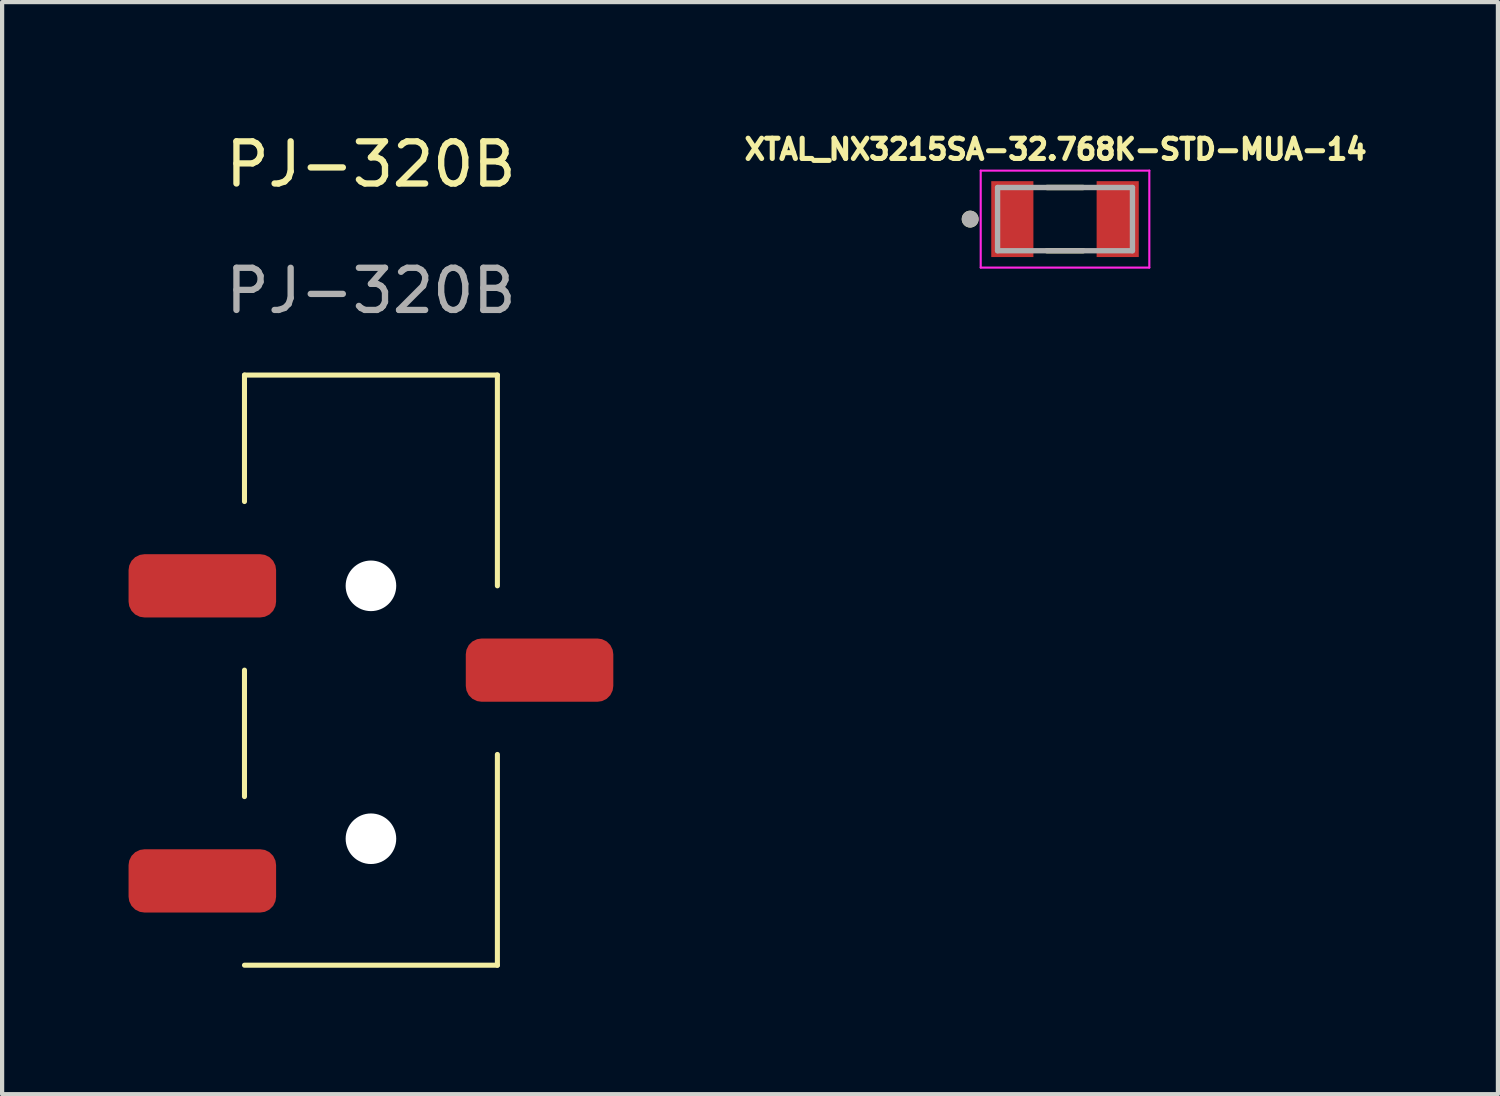
<source format=kicad_pcb>
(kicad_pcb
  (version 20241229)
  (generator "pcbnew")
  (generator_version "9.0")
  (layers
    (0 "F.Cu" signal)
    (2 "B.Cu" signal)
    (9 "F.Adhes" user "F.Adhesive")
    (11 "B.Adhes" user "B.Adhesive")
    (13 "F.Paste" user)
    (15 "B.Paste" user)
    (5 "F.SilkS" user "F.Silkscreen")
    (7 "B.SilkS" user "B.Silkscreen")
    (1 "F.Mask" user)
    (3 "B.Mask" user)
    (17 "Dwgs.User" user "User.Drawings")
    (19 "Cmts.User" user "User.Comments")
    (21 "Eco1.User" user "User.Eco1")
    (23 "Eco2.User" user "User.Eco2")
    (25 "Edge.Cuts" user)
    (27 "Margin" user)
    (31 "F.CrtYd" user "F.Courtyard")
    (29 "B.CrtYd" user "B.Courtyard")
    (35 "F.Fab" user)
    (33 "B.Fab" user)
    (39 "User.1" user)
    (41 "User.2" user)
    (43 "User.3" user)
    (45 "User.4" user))
  (footprint "XTAL_NX3215SA-32.768K-STD-MUA-14"
    (layer "F.Cu")
    (at 22.216 2.148)
    (property "Reference" "XTAL_NX3215SA-32.768K-STD-MUA-14" (at -0.223 -1.655 0) (layer "F.SilkS") (effects (font (size 0.481 0.481) (thickness 0.15))))
    (attr through_hole)
    (fp_line (start 0.43 -0.75) (end -0.43 -0.75) (stroke (width 0.127) (type solid)) (layer "F.SilkS"))
    (fp_line (start 0.43 0.75) (end -0.43 0.75) (stroke (width 0.127) (type solid)) (layer "F.SilkS"))
    (fp_circle (center -2.25 0) (end -2.15 0) (stroke (width 0.2) (type solid)) (fill no) (layer "F.SilkS"))
    (fp_line (start -2 -1.15) (end 2 -1.15) (stroke (width 0.05) (type solid)) (layer "F.CrtYd"))
    (fp_line (start -2 1.15) (end -2 -1.15) (stroke (width 0.05) (type solid)) (layer "F.CrtYd"))
    (fp_line (start 2 -1.15) (end 2 1.15) (stroke (width 0.05) (type solid)) (layer "F.CrtYd"))
    (fp_line (start 2 1.15) (end -2 1.15) (stroke (width 0.05) (type solid)) (layer "F.CrtYd"))
    (fp_line (start -1.6 -0.75) (end 1.6 -0.75) (stroke (width 0.127) (type solid)) (layer "F.Fab"))
    (fp_line (start -1.6 0.75) (end -1.6 -0.75) (stroke (width 0.127) (type solid)) (layer "F.Fab"))
    (fp_line (start 1.6 -0.75) (end 1.6 0.75) (stroke (width 0.127) (type solid)) (layer "F.Fab"))
    (fp_line (start 1.6 0.75) (end -1.6 0.75) (stroke (width 0.127) (type solid)) (layer "F.Fab"))
    (fp_circle (center -2.25 0) (end -2.15 0) (stroke (width 0.2) (type solid)) (fill no) (layer "F.Fab"))
    (pad "1" smd rect (at -1.25 0 180) (size 1 1.8) (layers "F.Cu" "F.Mask" "F.Paste"))
    (pad "2" smd rect (at 1.25 0 180) (size 1 1.8) (layers "F.Cu" "F.Mask" "F.Paste")))
  (footprint "PJ-320B"
    (layer "F.Cu")
    (at 5.75 10.848)
    (property "Reference" "PJ-320B" (at 0 -10 0) (unlocked yes) (layer "F.SilkS") (effects (font (size 1 1) (thickness 0.15))))
    (attr smd)
    (fp_line (start -3 -5) (end -3 -2) (stroke (width 0.12) (type solid)) (layer "F.SilkS"))
    (fp_line (start -3 2) (end -3 5) (stroke (width 0.12) (type solid)) (layer "F.SilkS"))
    (fp_line (start -3 9) (end 3 9) (stroke (width 0.12) (type solid)) (layer "F.SilkS"))
    (fp_line (start 3 -5) (end -3 -5) (stroke (width 0.12) (type solid)) (layer "F.SilkS"))
    (fp_line (start 3 0) (end 3 -5) (stroke (width 0.12) (type solid)) (layer "F.SilkS"))
    (fp_line (start 3 9) (end 3 4) (stroke (width 0.12) (type solid)) (layer "F.SilkS"))
    (fp_text user "${REFERENCE}" (at 0 -7 0) (unlocked yes) (layer "F.Fab") (effects (font (size 1 1) (thickness 0.15))))
    (pad "" np_thru_hole circle (at 0 0) (size 1.2 1.2) (drill 1.2) (layers "*.Cu" "*.Mask"))
    (pad "" np_thru_hole circle (at 0 6) (size 1.2 1.2) (drill 1.2) (layers "*.Cu" "*.Mask"))
    (pad "R" smd roundrect (at 4 2) (size 3.5 1.5) (layers "F.Cu" "F.Mask" "F.Paste") (roundrect_rratio 0.25))
    (pad "S" smd roundrect (at -4 0) (size 3.5 1.5) (layers "F.Cu" "F.Mask" "F.Paste") (roundrect_rratio 0.25))
    (pad "T" smd roundrect (at -4 7) (size 3.5 1.5) (layers "F.Cu" "F.Mask" "F.Paste") (roundrect_rratio 0.25)))
  (gr_rect
    (start -3 -3)
    (end 32.486 22.908)
    (stroke (width 0.1) (type default))
    (fill no)
    (layer "Edge.Cuts")))
</source>
